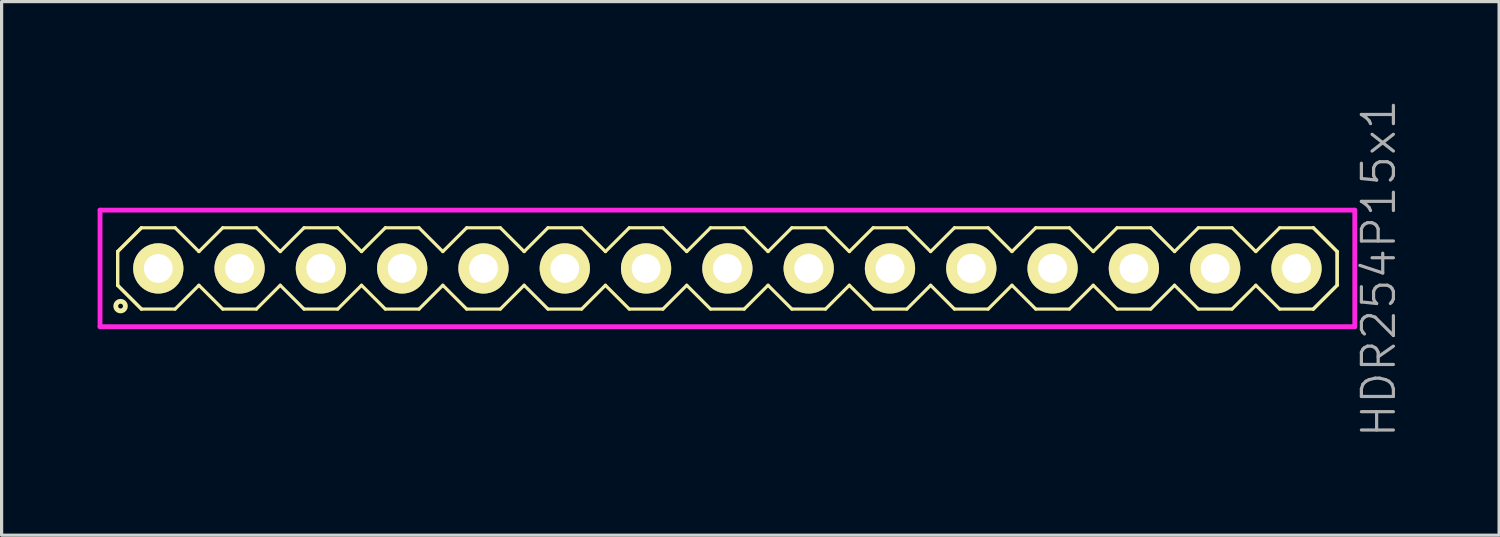
<source format=kicad_pcb>
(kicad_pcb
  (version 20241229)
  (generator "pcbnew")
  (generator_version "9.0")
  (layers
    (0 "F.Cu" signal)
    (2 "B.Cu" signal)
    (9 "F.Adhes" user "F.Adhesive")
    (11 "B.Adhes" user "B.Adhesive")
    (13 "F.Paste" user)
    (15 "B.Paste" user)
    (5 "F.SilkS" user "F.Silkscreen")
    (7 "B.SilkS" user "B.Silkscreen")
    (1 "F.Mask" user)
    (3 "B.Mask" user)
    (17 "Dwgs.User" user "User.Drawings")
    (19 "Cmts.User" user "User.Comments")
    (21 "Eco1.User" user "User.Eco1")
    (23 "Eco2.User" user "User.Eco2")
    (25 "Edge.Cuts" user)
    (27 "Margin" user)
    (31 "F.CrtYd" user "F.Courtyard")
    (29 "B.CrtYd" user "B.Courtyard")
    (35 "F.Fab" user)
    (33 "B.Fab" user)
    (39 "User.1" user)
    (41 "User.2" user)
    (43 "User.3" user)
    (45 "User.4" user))
  (footprint "HDR254P15x1"
    (layer "F.Cu")
    (at 19.675 5.336)
    (property "Reference" "HDR254P15x1" (at 20.35 0 90) (layer "F.Fab") (effects (font (size 1 1) (thickness 0.1))))
    (attr through_hole)
    (fp_line (start -19.05 -0.526) (end -18.306 -1.27) (stroke (width 0.1) (type solid)) (layer "F.SilkS"))
    (fp_line (start -19.05 -0.526) (end -18.306 -1.27) (stroke (width 0.1) (type solid)) (layer "F.SilkS"))
    (fp_line (start -19.05 0.526) (end -19.05 -0.526) (stroke (width 0.1) (type solid)) (layer "F.SilkS"))
    (fp_line (start -19.05 0.526) (end -19.05 -0.526) (stroke (width 0.1) (type solid)) (layer "F.SilkS"))
    (fp_line (start -18.306 -1.27) (end -17.254 -1.27) (stroke (width 0.1) (type solid)) (layer "F.SilkS"))
    (fp_line (start -18.306 1.27) (end -19.05 0.526) (stroke (width 0.1) (type solid)) (layer "F.SilkS"))
    (fp_line (start -18.306 1.27) (end -19.05 0.526) (stroke (width 0.1) (type solid)) (layer "F.SilkS"))
    (fp_line (start -17.254 -1.27) (end -16.51 -0.526) (stroke (width 0.1) (type solid)) (layer "F.SilkS"))
    (fp_line (start -17.254 1.27) (end -18.306 1.27) (stroke (width 0.1) (type solid)) (layer "F.SilkS"))
    (fp_line (start -16.51 -0.526) (end -15.766 -1.27) (stroke (width 0.1) (type solid)) (layer "F.SilkS"))
    (fp_line (start -16.51 0.526) (end -17.254 1.27) (stroke (width 0.1) (type solid)) (layer "F.SilkS"))
    (fp_line (start -15.766 -1.27) (end -14.714 -1.27) (stroke (width 0.1) (type solid)) (layer "F.SilkS"))
    (fp_line (start -15.766 1.27) (end -16.51 0.526) (stroke (width 0.1) (type solid)) (layer "F.SilkS"))
    (fp_line (start -14.714 -1.27) (end -13.97 -0.526) (stroke (width 0.1) (type solid)) (layer "F.SilkS"))
    (fp_line (start -14.714 1.27) (end -15.766 1.27) (stroke (width 0.1) (type solid)) (layer "F.SilkS"))
    (fp_line (start -13.97 -0.526) (end -13.226 -1.27) (stroke (width 0.1) (type solid)) (layer "F.SilkS"))
    (fp_line (start -13.97 0.526) (end -14.714 1.27) (stroke (width 0.1) (type solid)) (layer "F.SilkS"))
    (fp_line (start -13.226 -1.27) (end -12.174 -1.27) (stroke (width 0.1) (type solid)) (layer "F.SilkS"))
    (fp_line (start -13.226 1.27) (end -13.97 0.526) (stroke (width 0.1) (type solid)) (layer "F.SilkS"))
    (fp_line (start -12.174 -1.27) (end -11.43 -0.526) (stroke (width 0.1) (type solid)) (layer "F.SilkS"))
    (fp_line (start -12.174 1.27) (end -13.226 1.27) (stroke (width 0.1) (type solid)) (layer "F.SilkS"))
    (fp_line (start -11.43 -0.526) (end -10.686 -1.27) (stroke (width 0.1) (type solid)) (layer "F.SilkS"))
    (fp_line (start -11.43 0.526) (end -12.174 1.27) (stroke (width 0.1) (type solid)) (layer "F.SilkS"))
    (fp_line (start -10.686 -1.27) (end -9.634 -1.27) (stroke (width 0.1) (type solid)) (layer "F.SilkS"))
    (fp_line (start -10.686 1.27) (end -11.43 0.526) (stroke (width 0.1) (type solid)) (layer "F.SilkS"))
    (fp_line (start -9.634 -1.27) (end -8.89 -0.526) (stroke (width 0.1) (type solid)) (layer "F.SilkS"))
    (fp_line (start -9.634 1.27) (end -10.686 1.27) (stroke (width 0.1) (type solid)) (layer "F.SilkS"))
    (fp_line (start -8.89 -0.526) (end -8.146 -1.27) (stroke (width 0.1) (type solid)) (layer "F.SilkS"))
    (fp_line (start -8.89 0.526) (end -9.634 1.27) (stroke (width 0.1) (type solid)) (layer "F.SilkS"))
    (fp_line (start -8.146 -1.27) (end -7.094 -1.27) (stroke (width 0.1) (type solid)) (layer "F.SilkS"))
    (fp_line (start -8.146 1.27) (end -8.89 0.526) (stroke (width 0.1) (type solid)) (layer "F.SilkS"))
    (fp_line (start -7.094 -1.27) (end -6.35 -0.526) (stroke (width 0.1) (type solid)) (layer "F.SilkS"))
    (fp_line (start -7.094 1.27) (end -8.146 1.27) (stroke (width 0.1) (type solid)) (layer "F.SilkS"))
    (fp_line (start -6.35 -0.526) (end -5.606 -1.27) (stroke (width 0.1) (type solid)) (layer "F.SilkS"))
    (fp_line (start -6.35 0.526) (end -7.094 1.27) (stroke (width 0.1) (type solid)) (layer "F.SilkS"))
    (fp_line (start -5.606 -1.27) (end -4.554 -1.27) (stroke (width 0.1) (type solid)) (layer "F.SilkS"))
    (fp_line (start -5.606 1.27) (end -6.35 0.526) (stroke (width 0.1) (type solid)) (layer "F.SilkS"))
    (fp_line (start -4.554 -1.27) (end -3.81 -0.526) (stroke (width 0.1) (type solid)) (layer "F.SilkS"))
    (fp_line (start -4.554 1.27) (end -5.606 1.27) (stroke (width 0.1) (type solid)) (layer "F.SilkS"))
    (fp_line (start -3.81 -0.526) (end -3.066 -1.27) (stroke (width 0.1) (type solid)) (layer "F.SilkS"))
    (fp_line (start -3.81 0.526) (end -4.554 1.27) (stroke (width 0.1) (type solid)) (layer "F.SilkS"))
    (fp_line (start -3.066 -1.27) (end -2.014 -1.27) (stroke (width 0.1) (type solid)) (layer "F.SilkS"))
    (fp_line (start -3.066 1.27) (end -3.81 0.526) (stroke (width 0.1) (type solid)) (layer "F.SilkS"))
    (fp_line (start -2.014 -1.27) (end -1.27 -0.526) (stroke (width 0.1) (type solid)) (layer "F.SilkS"))
    (fp_line (start -2.014 1.27) (end -3.066 1.27) (stroke (width 0.1) (type solid)) (layer "F.SilkS"))
    (fp_line (start -1.27 -0.526) (end -0.526 -1.27) (stroke (width 0.1) (type solid)) (layer "F.SilkS"))
    (fp_line (start -1.27 0.526) (end -2.014 1.27) (stroke (width 0.1) (type solid)) (layer "F.SilkS"))
    (fp_line (start -0.526 -1.27) (end 0.526 -1.27) (stroke (width 0.1) (type solid)) (layer "F.SilkS"))
    (fp_line (start -0.526 1.27) (end -1.27 0.526) (stroke (width 0.1) (type solid)) (layer "F.SilkS"))
    (fp_line (start 0.526 -1.27) (end 1.27 -0.526) (stroke (width 0.1) (type solid)) (layer "F.SilkS"))
    (fp_line (start 0.526 1.27) (end -0.526 1.27) (stroke (width 0.1) (type solid)) (layer "F.SilkS"))
    (fp_line (start 1.27 -0.526) (end 2.014 -1.27) (stroke (width 0.1) (type solid)) (layer "F.SilkS"))
    (fp_line (start 1.27 0.526) (end 0.526 1.27) (stroke (width 0.1) (type solid)) (layer "F.SilkS"))
    (fp_line (start 2.014 -1.27) (end 3.066 -1.27) (stroke (width 0.1) (type solid)) (layer "F.SilkS"))
    (fp_line (start 2.014 1.27) (end 1.27 0.526) (stroke (width 0.1) (type solid)) (layer "F.SilkS"))
    (fp_line (start 3.066 -1.27) (end 3.81 -0.526) (stroke (width 0.1) (type solid)) (layer "F.SilkS"))
    (fp_line (start 3.066 1.27) (end 2.014 1.27) (stroke (width 0.1) (type solid)) (layer "F.SilkS"))
    (fp_line (start 3.81 -0.526) (end 4.554 -1.27) (stroke (width 0.1) (type solid)) (layer "F.SilkS"))
    (fp_line (start 3.81 0.526) (end 3.066 1.27) (stroke (width 0.1) (type solid)) (layer "F.SilkS"))
    (fp_line (start 4.554 -1.27) (end 5.606 -1.27) (stroke (width 0.1) (type solid)) (layer "F.SilkS"))
    (fp_line (start 4.554 1.27) (end 3.81 0.526) (stroke (width 0.1) (type solid)) (layer "F.SilkS"))
    (fp_line (start 5.606 -1.27) (end 6.35 -0.526) (stroke (width 0.1) (type solid)) (layer "F.SilkS"))
    (fp_line (start 5.606 1.27) (end 4.554 1.27) (stroke (width 0.1) (type solid)) (layer "F.SilkS"))
    (fp_line (start 6.35 -0.526) (end 7.094 -1.27) (stroke (width 0.1) (type solid)) (layer "F.SilkS"))
    (fp_line (start 6.35 0.526) (end 5.606 1.27) (stroke (width 0.1) (type solid)) (layer "F.SilkS"))
    (fp_line (start 7.094 -1.27) (end 8.146 -1.27) (stroke (width 0.1) (type solid)) (layer "F.SilkS"))
    (fp_line (start 7.094 1.27) (end 6.35 0.526) (stroke (width 0.1) (type solid)) (layer "F.SilkS"))
    (fp_line (start 8.146 -1.27) (end 8.89 -0.526) (stroke (width 0.1) (type solid)) (layer "F.SilkS"))
    (fp_line (start 8.146 1.27) (end 7.094 1.27) (stroke (width 0.1) (type solid)) (layer "F.SilkS"))
    (fp_line (start 8.89 -0.526) (end 9.634 -1.27) (stroke (width 0.1) (type solid)) (layer "F.SilkS"))
    (fp_line (start 8.89 0.526) (end 8.146 1.27) (stroke (width 0.1) (type solid)) (layer "F.SilkS"))
    (fp_line (start 9.634 -1.27) (end 10.686 -1.27) (stroke (width 0.1) (type solid)) (layer "F.SilkS"))
    (fp_line (start 9.634 1.27) (end 8.89 0.526) (stroke (width 0.1) (type solid)) (layer "F.SilkS"))
    (fp_line (start 10.686 -1.27) (end 11.43 -0.526) (stroke (width 0.1) (type solid)) (layer "F.SilkS"))
    (fp_line (start 10.686 1.27) (end 9.634 1.27) (stroke (width 0.1) (type solid)) (layer "F.SilkS"))
    (fp_line (start 11.43 -0.526) (end 12.174 -1.27) (stroke (width 0.1) (type solid)) (layer "F.SilkS"))
    (fp_line (start 11.43 0.526) (end 10.686 1.27) (stroke (width 0.1) (type solid)) (layer "F.SilkS"))
    (fp_line (start 12.174 -1.27) (end 13.226 -1.27) (stroke (width 0.1) (type solid)) (layer "F.SilkS"))
    (fp_line (start 12.174 1.27) (end 11.43 0.526) (stroke (width 0.1) (type solid)) (layer "F.SilkS"))
    (fp_line (start 13.226 -1.27) (end 13.97 -0.526) (stroke (width 0.1) (type solid)) (layer "F.SilkS"))
    (fp_line (start 13.226 1.27) (end 12.174 1.27) (stroke (width 0.1) (type solid)) (layer "F.SilkS"))
    (fp_line (start 13.97 -0.526) (end 14.714 -1.27) (stroke (width 0.1) (type solid)) (layer "F.SilkS"))
    (fp_line (start 13.97 0.526) (end 13.226 1.27) (stroke (width 0.1) (type solid)) (layer "F.SilkS"))
    (fp_line (start 14.714 -1.27) (end 15.766 -1.27) (stroke (width 0.1) (type solid)) (layer "F.SilkS"))
    (fp_line (start 14.714 1.27) (end 13.97 0.526) (stroke (width 0.1) (type solid)) (layer "F.SilkS"))
    (fp_line (start 15.766 -1.27) (end 16.51 -0.526) (stroke (width 0.1) (type solid)) (layer "F.SilkS"))
    (fp_line (start 15.766 1.27) (end 14.714 1.27) (stroke (width 0.1) (type solid)) (layer "F.SilkS"))
    (fp_line (start 16.51 -0.526) (end 17.254 -1.27) (stroke (width 0.1) (type solid)) (layer "F.SilkS"))
    (fp_line (start 16.51 0.526) (end 15.766 1.27) (stroke (width 0.1) (type solid)) (layer "F.SilkS"))
    (fp_line (start 17.254 -1.27) (end 18.306 -1.27) (stroke (width 0.1) (type solid)) (layer "F.SilkS"))
    (fp_line (start 17.254 1.27) (end 16.51 0.526) (stroke (width 0.1) (type solid)) (layer "F.SilkS"))
    (fp_line (start 18.306 -1.27) (end 19.05 -0.526) (stroke (width 0.1) (type solid)) (layer "F.SilkS"))
    (fp_line (start 18.306 -1.27) (end 19.05 -0.526) (stroke (width 0.1) (type solid)) (layer "F.SilkS"))
    (fp_line (start 18.306 1.27) (end 17.254 1.27) (stroke (width 0.1) (type solid)) (layer "F.SilkS"))
    (fp_line (start 19.05 -0.526) (end 19.05 0.526) (stroke (width 0.1) (type solid)) (layer "F.SilkS"))
    (fp_line (start 19.05 -0.526) (end 19.05 0.526) (stroke (width 0.1) (type solid)) (layer "F.SilkS"))
    (fp_line (start 19.05 0.526) (end 18.306 1.27) (stroke (width 0.1) (type solid)) (layer "F.SilkS"))
    (fp_line (start 19.05 0.526) (end 18.306 1.27) (stroke (width 0.1) (type solid)) (layer "F.SilkS"))
    (fp_circle (center -18.958 1.178) (end -18.808 1.178) (stroke (width 0.15) (type solid)) (fill no) (layer "F.SilkS"))
    (fp_line (start -19.6 -1.82) (end -19.6 1.82) (stroke (width 0.15) (type solid)) (layer "F.CrtYd"))
    (fp_line (start -19.6 1.82) (end 19.6 1.82) (stroke (width 0.15) (type solid)) (layer "F.CrtYd"))
    (fp_line (start 19.6 -1.82) (end -19.6 -1.82) (stroke (width 0.15) (type solid)) (layer "F.CrtYd"))
    (fp_line (start 19.6 1.82) (end 19.6 -1.82) (stroke (width 0.15) (type solid)) (layer "F.CrtYd"))
    (pad "1" thru_hole oval (at -17.78 0) (size 1.57 1.57) (drill 0.9) (layers "*.Cu" "*.Mask" "F.SilkS"))
    (pad "2" thru_hole oval (at -15.24 0) (size 1.57 1.57) (drill 0.9) (layers "*.Cu" "*.Mask" "F.SilkS"))
    (pad "3" thru_hole oval (at -12.7 0) (size 1.57 1.57) (drill 0.9) (layers "*.Cu" "*.Mask" "F.SilkS"))
    (pad "4" thru_hole oval (at -10.16 0) (size 1.57 1.57) (drill 0.9) (layers "*.Cu" "*.Mask" "F.SilkS"))
    (pad "5" thru_hole oval (at -7.62 0) (size 1.57 1.57) (drill 0.9) (layers "*.Cu" "*.Mask" "F.SilkS"))
    (pad "6" thru_hole oval (at -5.08 0) (size 1.57 1.57) (drill 0.9) (layers "*.Cu" "*.Mask" "F.SilkS"))
    (pad "7" thru_hole oval (at -2.54 0) (size 1.57 1.57) (drill 0.9) (layers "*.Cu" "*.Mask" "F.SilkS"))
    (pad "8" thru_hole oval (at 0 0) (size 1.57 1.57) (drill 0.9) (layers "*.Cu" "*.Mask" "F.SilkS"))
    (pad "9" thru_hole oval (at 2.54 0) (size 1.57 1.57) (drill 0.9) (layers "*.Cu" "*.Mask" "F.SilkS"))
    (pad "10" thru_hole oval (at 5.08 0) (size 1.57 1.57) (drill 0.9) (layers "*.Cu" "*.Mask" "F.SilkS"))
    (pad "11" thru_hole oval (at 7.62 0) (size 1.57 1.57) (drill 0.9) (layers "*.Cu" "*.Mask" "F.SilkS"))
    (pad "12" thru_hole oval (at 10.16 0) (size 1.57 1.57) (drill 0.9) (layers "*.Cu" "*.Mask" "F.SilkS"))
    (pad "13" thru_hole oval (at 12.7 0) (size 1.57 1.57) (drill 0.9) (layers "*.Cu" "*.Mask" "F.SilkS"))
    (pad "14" thru_hole oval (at 15.24 0) (size 1.57 1.57) (drill 0.9) (layers "*.Cu" "*.Mask" "F.SilkS"))
    (pad "15" thru_hole oval (at 17.78 0) (size 1.57 1.57) (drill 0.9) (layers "*.Cu" "*.Mask" "F.SilkS")))
  (gr_rect
    (start -3 -3)
    (end 43.785 13.671)
    (stroke (width 0.1) (type default))
    (fill no)
    (layer "Edge.Cuts")))
</source>
